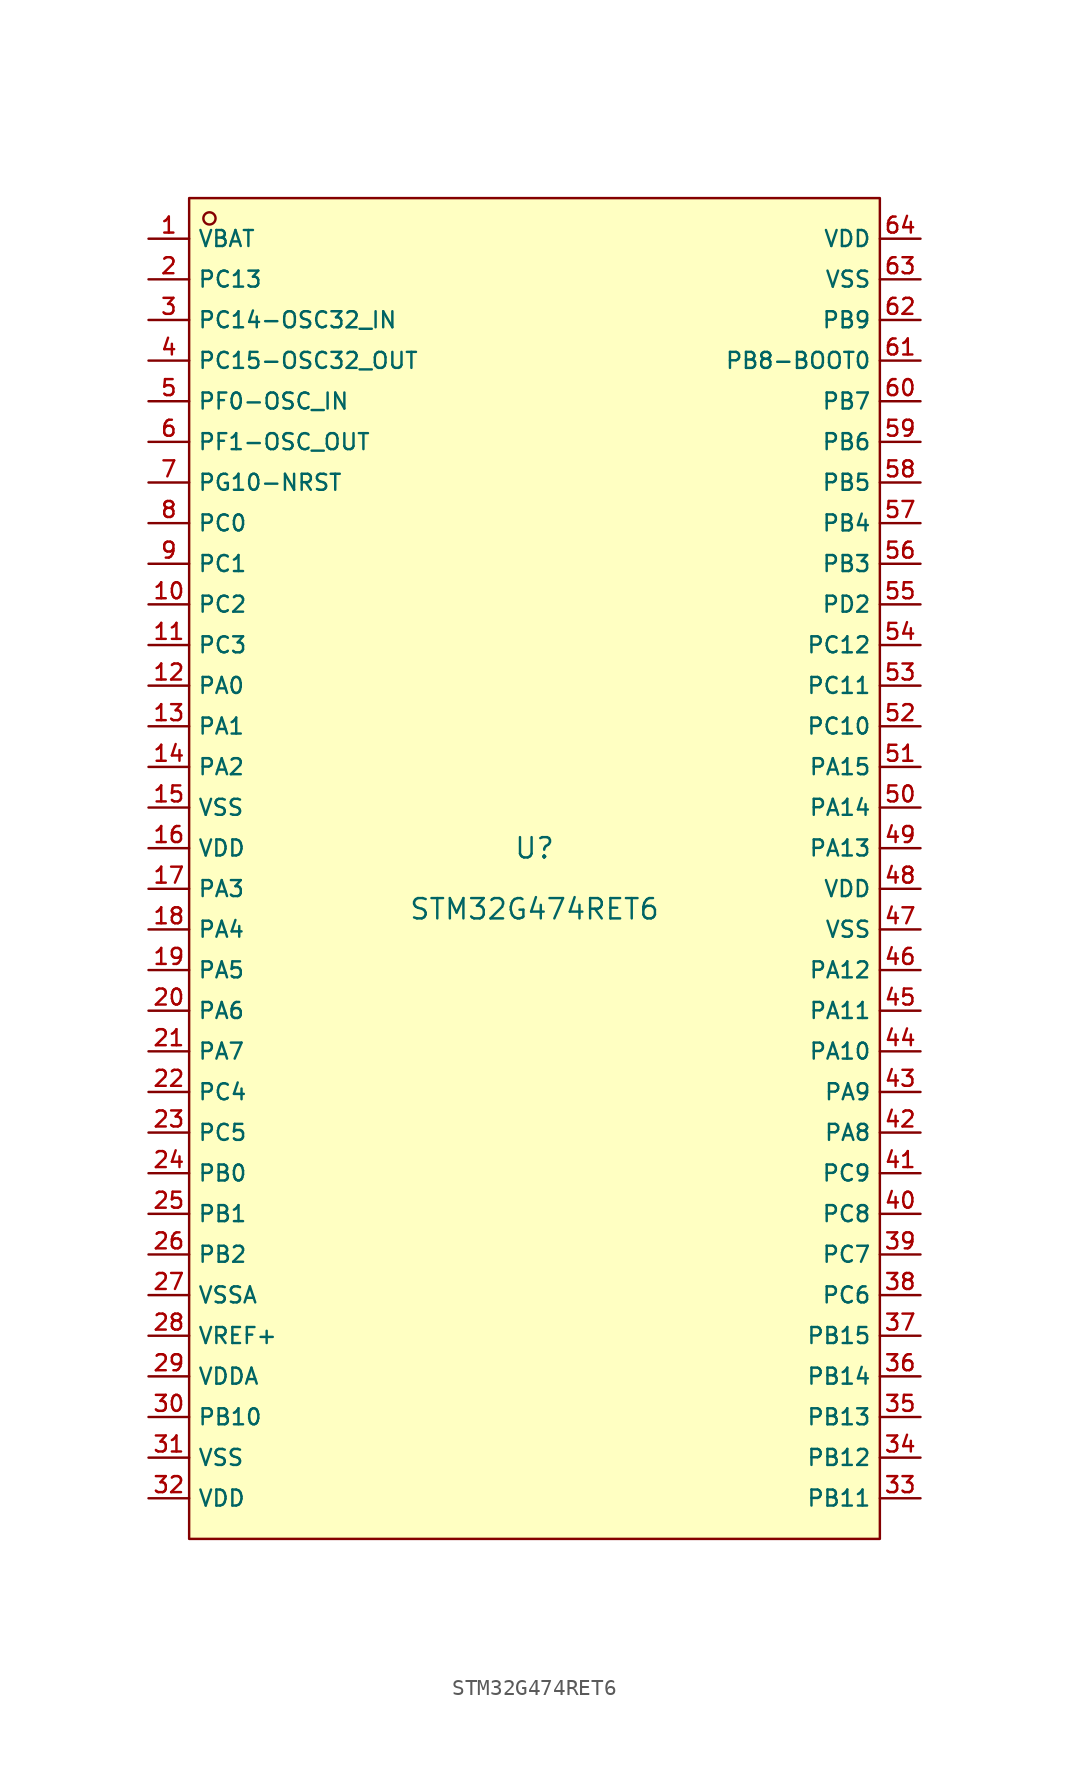
<source format=kicad_sym>
(kicad_symbol_lib
  (version 20210201)
  (generator TousstNicolas/JLC2KiCad_lib)
  (symbol "STM32G474RET6"
    (property "Reference" "U"
      (at 0 1.27 0)
      (effects (font (size 1.27 1.27))))
    (property "Value" "STM32G474RET6"
      (at 0 -2.54 0)
      (effects (font (size 1.27 1.27))))
    (symbol "STM32G474RET6_0_1"
      (rectangle (start -21.59 41.91) (end 21.59 -41.91) (stroke (width 0) (type default) (color 0 0 0 0)) (fill (type background)))
      (circle (center -20.32 40.64) (radius 0.381) (stroke (width 0) (type default) (color 0 0 0 0)) (fill (type background)))
      (pin unspecified line (at -24.13 39.37 0) (length 2.54) (name "VBAT" (effects (font (size 1 1)))) (number "1" (effects (font (size 1 1)))))
      (pin unspecified line (at -24.13 36.83 0) (length 2.54) (name "PC13" (effects (font (size 1 1)))) (number "2" (effects (font (size 1 1)))))
      (pin unspecified line (at -24.13 34.29 0) (length 2.54) (name "PC14-OSC32_IN" (effects (font (size 1 1)))) (number "3" (effects (font (size 1 1)))))
      (pin unspecified line (at -24.13 31.75 0) (length 2.54) (name "PC15-OSC32_OUT" (effects (font (size 1 1)))) (number "4" (effects (font (size 1 1)))))
      (pin unspecified line (at -24.13 29.21 0) (length 2.54) (name "PF0-OSC_IN" (effects (font (size 1 1)))) (number "5" (effects (font (size 1 1)))))
      (pin unspecified line (at -24.13 26.67 0) (length 2.54) (name "PF1-OSC_OUT" (effects (font (size 1 1)))) (number "6" (effects (font (size 1 1)))))
      (pin unspecified line (at -24.13 24.13 0) (length 2.54) (name "PG10-NRST" (effects (font (size 1 1)))) (number "7" (effects (font (size 1 1)))))
      (pin unspecified line (at -24.13 21.59 0) (length 2.54) (name "PC0" (effects (font (size 1 1)))) (number "8" (effects (font (size 1 1)))))
      (pin unspecified line (at -24.13 19.05 0) (length 2.54) (name "PC1" (effects (font (size 1 1)))) (number "9" (effects (font (size 1 1)))))
      (pin unspecified line (at -24.13 16.51 0) (length 2.54) (name "PC2" (effects (font (size 1 1)))) (number "10" (effects (font (size 1 1)))))
      (pin unspecified line (at -24.13 13.97 0) (length 2.54) (name "PC3" (effects (font (size 1 1)))) (number "11" (effects (font (size 1 1)))))
      (pin unspecified line (at -24.13 11.43 0) (length 2.54) (name "PA0" (effects (font (size 1 1)))) (number "12" (effects (font (size 1 1)))))
      (pin unspecified line (at -24.13 8.89 0) (length 2.54) (name "PA1" (effects (font (size 1 1)))) (number "13" (effects (font (size 1 1)))))
      (pin unspecified line (at -24.13 6.35 0) (length 2.54) (name "PA2" (effects (font (size 1 1)))) (number "14" (effects (font (size 1 1)))))
      (pin unspecified line (at -24.13 3.81 0) (length 2.54) (name "VSS" (effects (font (size 1 1)))) (number "15" (effects (font (size 1 1)))))
      (pin unspecified line (at -24.13 1.27 0) (length 2.54) (name "VDD" (effects (font (size 1 1)))) (number "16" (effects (font (size 1 1)))))
      (pin unspecified line (at -24.13 -1.27 0) (length 2.54) (name "PA3" (effects (font (size 1 1)))) (number "17" (effects (font (size 1 1)))))
      (pin unspecified line (at -24.13 -3.81 0) (length 2.54) (name "PA4" (effects (font (size 1 1)))) (number "18" (effects (font (size 1 1)))))
      (pin unspecified line (at -24.13 -6.35 0) (length 2.54) (name "PA5" (effects (font (size 1 1)))) (number "19" (effects (font (size 1 1)))))
      (pin unspecified line (at -24.13 -8.89 0) (length 2.54) (name "PA6" (effects (font (size 1 1)))) (number "20" (effects (font (size 1 1)))))
      (pin unspecified line (at -24.13 -11.43 0) (length 2.54) (name "PA7" (effects (font (size 1 1)))) (number "21" (effects (font (size 1 1)))))
      (pin unspecified line (at -24.13 -13.97 0) (length 2.54) (name "PC4" (effects (font (size 1 1)))) (number "22" (effects (font (size 1 1)))))
      (pin unspecified line (at -24.13 -16.51 0) (length 2.54) (name "PC5" (effects (font (size 1 1)))) (number "23" (effects (font (size 1 1)))))
      (pin unspecified line (at -24.13 -19.05 0) (length 2.54) (name "PB0" (effects (font (size 1 1)))) (number "24" (effects (font (size 1 1)))))
      (pin unspecified line (at -24.13 -21.59 0) (length 2.54) (name "PB1" (effects (font (size 1 1)))) (number "25" (effects (font (size 1 1)))))
      (pin unspecified line (at -24.13 -24.13 0) (length 2.54) (name "PB2" (effects (font (size 1 1)))) (number "26" (effects (font (size 1 1)))))
      (pin unspecified line (at -24.13 -26.67 0) (length 2.54) (name "VSSA" (effects (font (size 1 1)))) (number "27" (effects (font (size 1 1)))))
      (pin unspecified line (at -24.13 -29.21 0) (length 2.54) (name "VREF+" (effects (font (size 1 1)))) (number "28" (effects (font (size 1 1)))))
      (pin unspecified line (at -24.13 -31.75 0) (length 2.54) (name "VDDA" (effects (font (size 1 1)))) (number "29" (effects (font (size 1 1)))))
      (pin unspecified line (at -24.13 -34.29 0) (length 2.54) (name "PB10" (effects (font (size 1 1)))) (number "30" (effects (font (size 1 1)))))
      (pin unspecified line (at -24.13 -36.83 0) (length 2.54) (name "VSS" (effects (font (size 1 1)))) (number "31" (effects (font (size 1 1)))))
      (pin unspecified line (at -24.13 -39.37 0) (length 2.54) (name "VDD" (effects (font (size 1 1)))) (number "32" (effects (font (size 1 1)))))
      (pin unspecified line (at 24.13 -39.37 180) (length 2.54) (name "PB11" (effects (font (size 1 1)))) (number "33" (effects (font (size 1 1)))))
      (pin unspecified line (at 24.13 -36.83 180) (length 2.54) (name "PB12" (effects (font (size 1 1)))) (number "34" (effects (font (size 1 1)))))
      (pin unspecified line (at 24.13 -34.29 180) (length 2.54) (name "PB13" (effects (font (size 1 1)))) (number "35" (effects (font (size 1 1)))))
      (pin unspecified line (at 24.13 -31.75 180) (length 2.54) (name "PB14" (effects (font (size 1 1)))) (number "36" (effects (font (size 1 1)))))
      (pin unspecified line (at 24.13 -29.21 180) (length 2.54) (name "PB15" (effects (font (size 1 1)))) (number "37" (effects (font (size 1 1)))))
      (pin unspecified line (at 24.13 -26.67 180) (length 2.54) (name "PC6" (effects (font (size 1 1)))) (number "38" (effects (font (size 1 1)))))
      (pin unspecified line (at 24.13 -24.13 180) (length 2.54) (name "PC7" (effects (font (size 1 1)))) (number "39" (effects (font (size 1 1)))))
      (pin unspecified line (at 24.13 -21.59 180) (length 2.54) (name "PC8" (effects (font (size 1 1)))) (number "40" (effects (font (size 1 1)))))
      (pin unspecified line (at 24.13 -19.05 180) (length 2.54) (name "PC9" (effects (font (size 1 1)))) (number "41" (effects (font (size 1 1)))))
      (pin unspecified line (at 24.13 -16.51 180) (length 2.54) (name "PA8" (effects (font (size 1 1)))) (number "42" (effects (font (size 1 1)))))
      (pin unspecified line (at 24.13 -13.97 180) (length 2.54) (name "PA9" (effects (font (size 1 1)))) (number "43" (effects (font (size 1 1)))))
      (pin unspecified line (at 24.13 -11.43 180) (length 2.54) (name "PA10" (effects (font (size 1 1)))) (number "44" (effects (font (size 1 1)))))
      (pin unspecified line (at 24.13 -8.89 180) (length 2.54) (name "PA11" (effects (font (size 1 1)))) (number "45" (effects (font (size 1 1)))))
      (pin unspecified line (at 24.13 -6.35 180) (length 2.54) (name "PA12" (effects (font (size 1 1)))) (number "46" (effects (font (size 1 1)))))
      (pin unspecified line (at 24.13 -3.81 180) (length 2.54) (name "VSS" (effects (font (size 1 1)))) (number "47" (effects (font (size 1 1)))))
      (pin unspecified line (at 24.13 -1.27 180) (length 2.54) (name "VDD" (effects (font (size 1 1)))) (number "48" (effects (font (size 1 1)))))
      (pin unspecified line (at 24.13 1.27 180) (length 2.54) (name "PA13" (effects (font (size 1 1)))) (number "49" (effects (font (size 1 1)))))
      (pin unspecified line (at 24.13 3.81 180) (length 2.54) (name "PA14" (effects (font (size 1 1)))) (number "50" (effects (font (size 1 1)))))
      (pin unspecified line (at 24.13 6.35 180) (length 2.54) (name "PA15" (effects (font (size 1 1)))) (number "51" (effects (font (size 1 1)))))
      (pin unspecified line (at 24.13 8.89 180) (length 2.54) (name "PC10" (effects (font (size 1 1)))) (number "52" (effects (font (size 1 1)))))
      (pin unspecified line (at 24.13 11.43 180) (length 2.54) (name "PC11" (effects (font (size 1 1)))) (number "53" (effects (font (size 1 1)))))
      (pin unspecified line (at 24.13 13.97 180) (length 2.54) (name "PC12" (effects (font (size 1 1)))) (number "54" (effects (font (size 1 1)))))
      (pin unspecified line (at 24.13 16.51 180) (length 2.54) (name "PD2" (effects (font (size 1 1)))) (number "55" (effects (font (size 1 1)))))
      (pin unspecified line (at 24.13 19.05 180) (length 2.54) (name "PB3" (effects (font (size 1 1)))) (number "56" (effects (font (size 1 1)))))
      (pin unspecified line (at 24.13 21.59 180) (length 2.54) (name "PB4" (effects (font (size 1 1)))) (number "57" (effects (font (size 1 1)))))
      (pin unspecified line (at 24.13 24.13 180) (length 2.54) (name "PB5" (effects (font (size 1 1)))) (number "58" (effects (font (size 1 1)))))
      (pin unspecified line (at 24.13 26.67 180) (length 2.54) (name "PB6" (effects (font (size 1 1)))) (number "59" (effects (font (size 1 1)))))
      (pin unspecified line (at 24.13 29.21 180) (length 2.54) (name "PB7" (effects (font (size 1 1)))) (number "60" (effects (font (size 1 1)))))
      (pin unspecified line (at 24.13 31.75 180) (length 2.54) (name "PB8-BOOT0" (effects (font (size 1 1)))) (number "61" (effects (font (size 1 1)))))
      (pin unspecified line (at 24.13 34.29 180) (length 2.54) (name "PB9" (effects (font (size 1 1)))) (number "62" (effects (font (size 1 1)))))
      (pin unspecified line (at 24.13 36.83 180) (length 2.54) (name "VSS" (effects (font (size 1 1)))) (number "63" (effects (font (size 1 1)))))
      (pin unspecified line (at 24.13 39.37 180) (length 2.54) (name "VDD" (effects (font (size 1 1)))) (number "64" (effects (font (size 1 1))))))))
</source>
